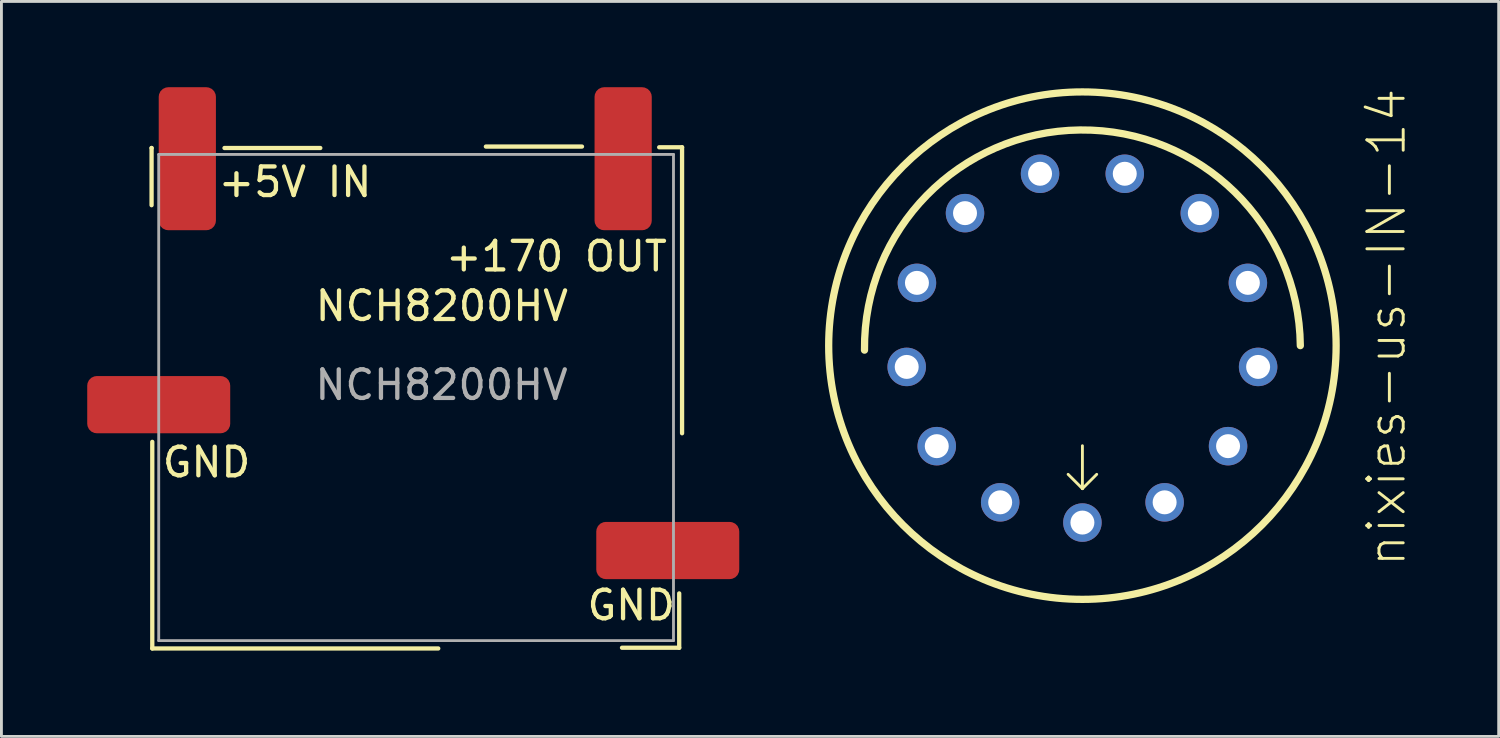
<source format=kicad_pcb>
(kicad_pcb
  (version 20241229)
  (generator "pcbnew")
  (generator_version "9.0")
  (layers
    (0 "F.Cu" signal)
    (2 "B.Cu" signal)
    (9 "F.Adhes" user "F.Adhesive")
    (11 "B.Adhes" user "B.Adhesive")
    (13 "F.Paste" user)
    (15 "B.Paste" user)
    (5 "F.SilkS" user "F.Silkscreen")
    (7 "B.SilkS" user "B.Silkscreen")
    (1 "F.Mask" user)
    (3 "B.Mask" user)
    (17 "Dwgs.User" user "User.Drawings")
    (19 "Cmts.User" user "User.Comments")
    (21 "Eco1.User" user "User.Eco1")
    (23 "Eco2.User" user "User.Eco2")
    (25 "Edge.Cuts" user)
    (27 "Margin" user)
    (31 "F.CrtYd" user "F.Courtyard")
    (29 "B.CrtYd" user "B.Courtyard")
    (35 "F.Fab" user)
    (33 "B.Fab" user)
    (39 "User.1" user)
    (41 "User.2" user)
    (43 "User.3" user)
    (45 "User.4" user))
  (footprint "NCH8200HV"
    (layer "F.Cu")
    (at 3.5 5.1)
    (property "Reference" "NCH8200HV" (at 8.9 2.55 0) (unlocked yes) (layer "F.SilkS") (effects (font (size 1 1) (thickness 0.15))))
    (attr smd)
    (fp_line (start -1.25 -2.975) (end -1.25 -2.975) (stroke (width 0.15) (type default)) (layer "F.SilkS"))
    (fp_line (start -1.25 -0.975) (end -1.25 -2.975) (stroke (width 0.15) (type default)) (layer "F.SilkS"))
    (fp_line (start -1.225 7.3) (end -1.225 14.525) (stroke (width 0.15) (type default)) (layer "F.SilkS"))
    (fp_line (start -1.225 14.525) (end 8.775 14.525) (stroke (width 0.15) (type default)) (layer "F.SilkS"))
    (fp_line (start 1.3 -2.975) (end 4.65 -2.975) (stroke (width 0.15) (type default)) (layer "F.SilkS"))
    (fp_line (start 10.44 -3.025) (end 13.8 -3.025) (stroke (width 0.15) (type default)) (layer "F.SilkS"))
    (fp_line (start 15.2 14.5) (end 17.2 14.5) (stroke (width 0.15) (type default)) (layer "F.SilkS"))
    (fp_line (start 16.5 -3) (end 17.3 -3) (stroke (width 0.15) (type default)) (layer "F.SilkS"))
    (fp_line (start 17.2 14.5) (end 17.2 12.6) (stroke (width 0.15) (type default)) (layer "F.SilkS"))
    (fp_line (start 17.3 -3) (end 17.3 7) (stroke (width 0.15) (type default)) (layer "F.SilkS"))
    (fp_line (start -1 -2.75) (end -1 14.25) (stroke (width 0.1) (type default)) (layer "F.Fab"))
    (fp_line (start -1 -2.75) (end 17 -2.75) (stroke (width 0.1) (type default)) (layer "F.Fab"))
    (fp_line (start -1 14.25) (end 17 14.25) (stroke (width 0.1) (type default)) (layer "F.Fab"))
    (fp_line (start 17 -2.75) (end 17 14.25) (stroke (width 0.1) (type default)) (layer "F.Fab"))
    (fp_text user "GND" (at 13.9 13.6 0) (unlocked yes) (layer "F.SilkS") (effects (font (size 1 1) (thickness 0.15)) (justify left bottom)))
    (fp_text user "+170 OUT" (at 8.95 1.4 0) (unlocked yes) (layer "F.SilkS") (effects (font (size 1 1) (thickness 0.15)) (justify left bottom)))
    (fp_text user "GND" (at -0.95 8.6 0) (unlocked yes) (layer "F.SilkS") (effects (font (size 1 1) (thickness 0.15)) (justify left bottom)))
    (fp_text user "+5V IN" (at 1 -1.2 0) (unlocked yes) (layer "F.SilkS") (effects (font (size 1 1) (thickness 0.15)) (justify left bottom)))
    (fp_text user "${REFERENCE}" (at 8.89 5.31 0) (unlocked yes) (layer "F.Fab") (effects (font (size 1 1) (thickness 0.15))))
    (pad "1" smd roundrect (at 0 -2.6 90) (size 5 2) (layers "F.Cu" "F.Mask" "F.Paste") (roundrect_rratio 0.167))
    (pad "2" smd roundrect (at -1 6) (size 5 2) (layers "F.Cu" "F.Mask" "F.Paste") (roundrect_rratio 0.167))
    (pad "3" smd roundrect (at 15.24 -2.6 90) (size 5 2) (layers "F.Cu" "F.Mask" "F.Paste") (roundrect_rratio 0.167))
    (pad "4" smd roundrect (at 16.8 11.1) (size 5 2) (layers "F.Cu" "F.Mask" "F.Paste") (roundrect_rratio 0.167)))
  (footprint "nixies-us-IN-14"
    (layer "F.Cu")
    (at 34.799 9.036)
    (property "Reference" "nixies-us-IN-14" (at 10.635 -0.635 90) (unlocked yes) (layer "F.SilkS") (effects (font (size 1.27 1.27) (thickness 0.102))))
    (attr exclude_from_pos_files exclude_from_bom)
    (fp_line (start 0 3.5) (end 0 5) (stroke (width 0.1) (type default)) (layer "F.SilkS"))
    (fp_line (start 0 5) (end -0.5 4.5) (stroke (width 0.1) (type default)) (layer "F.SilkS"))
    (fp_line (start 0 5) (end 0.5 4.5) (stroke (width 0.1) (type default)) (layer "F.SilkS"))
    (fp_arc (start -7.62 0.15748) (mid -0.07874 -7.54126) (end 7.62 0) (stroke (width 0.254) (type solid)) (layer "F.SilkS"))
    (fp_circle (center 0 0) (end 0 -8.872) (stroke (width 0.254) (type solid)) (fill no) (layer "F.SilkS"))
    (pad "0" thru_hole circle (at -5.093 3.515) (size 1.346 1.346) (drill 0.838) (layers "*.Cu" "*.Mask"))
    (pad "1" thru_hole circle (at 5.093 3.515) (size 1.346 1.346) (drill 0.838) (layers "*.Cu" "*.Mask"))
    (pad "2" thru_hole circle (at 6.144 0.744) (size 1.346 1.346) (drill 0.838) (layers "*.Cu" "*.Mask"))
    (pad "3" thru_hole circle (at 5.786 -2.195) (size 1.346 1.346) (drill 0.838) (layers "*.Cu" "*.Mask"))
    (pad "4" thru_hole circle (at 4.105 -4.633) (size 1.346 1.346) (drill 0.838) (layers "*.Cu" "*.Mask"))
    (pad "5" thru_hole circle (at 1.481 -6.01) (size 1.346 1.346) (drill 0.838) (layers "*.Cu" "*.Mask"))
    (pad "6" thru_hole circle (at -1.481 -6.01) (size 1.346 1.346) (drill 0.838) (layers "*.Cu" "*.Mask"))
    (pad "7" thru_hole circle (at -4.105 -4.633) (size 1.346 1.346) (drill 0.838) (layers "*.Cu" "*.Mask"))
    (pad "8" thru_hole circle (at -5.786 -2.195) (size 1.346 1.346) (drill 0.838) (layers "*.Cu" "*.Mask"))
    (pad "9" thru_hole circle (at -6.144 0.744) (size 1.346 1.346) (drill 0.838) (layers "*.Cu" "*.Mask"))
    (pad "A" thru_hole circle (at 0 6.187) (size 1.346 1.346) (drill 0.838) (layers "*.Cu" "*.Mask"))
    (pad "LHDP" thru_hole circle (at 2.875 5.479) (size 1.346 1.346) (drill 0.838) (layers "*.Cu" "*.Mask"))
    (pad "RHDP" thru_hole circle (at -2.875 5.479) (size 1.346 1.346) (drill 0.838) (layers "*.Cu" "*.Mask")))
  (gr_rect
    (start -3 -3)
    (end 49.355 22.7)
    (stroke (width 0.1) (type default))
    (fill no)
    (layer "Edge.Cuts")))
</source>
